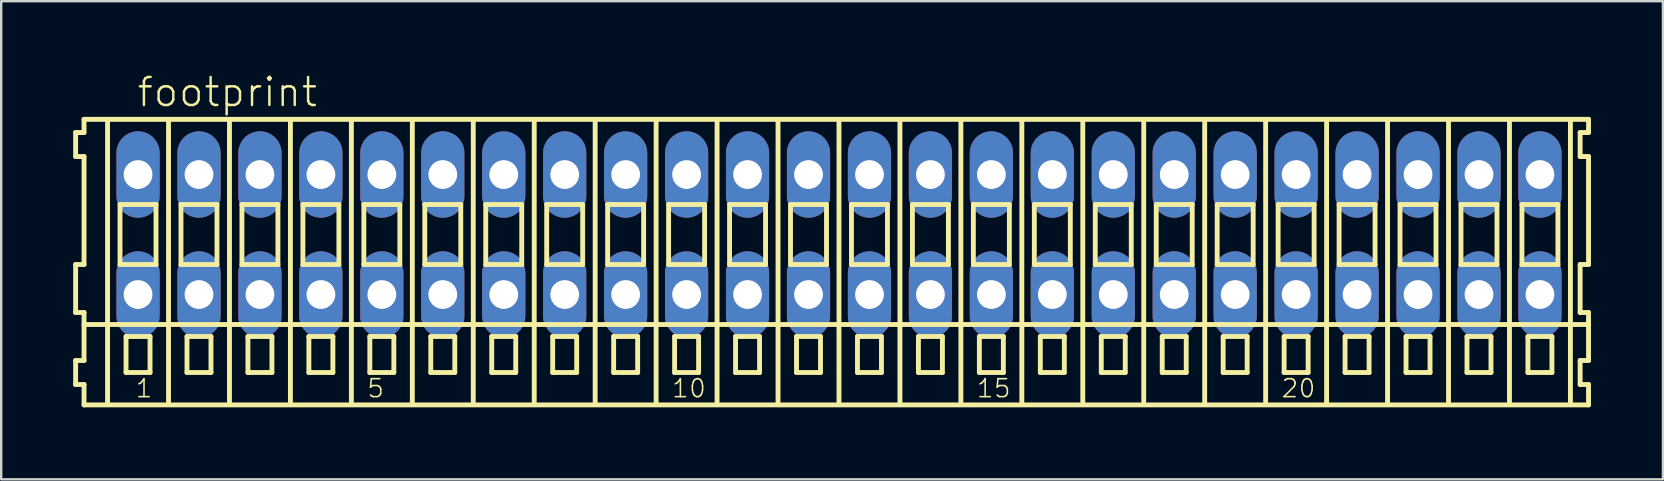
<source format=kicad_pcb>
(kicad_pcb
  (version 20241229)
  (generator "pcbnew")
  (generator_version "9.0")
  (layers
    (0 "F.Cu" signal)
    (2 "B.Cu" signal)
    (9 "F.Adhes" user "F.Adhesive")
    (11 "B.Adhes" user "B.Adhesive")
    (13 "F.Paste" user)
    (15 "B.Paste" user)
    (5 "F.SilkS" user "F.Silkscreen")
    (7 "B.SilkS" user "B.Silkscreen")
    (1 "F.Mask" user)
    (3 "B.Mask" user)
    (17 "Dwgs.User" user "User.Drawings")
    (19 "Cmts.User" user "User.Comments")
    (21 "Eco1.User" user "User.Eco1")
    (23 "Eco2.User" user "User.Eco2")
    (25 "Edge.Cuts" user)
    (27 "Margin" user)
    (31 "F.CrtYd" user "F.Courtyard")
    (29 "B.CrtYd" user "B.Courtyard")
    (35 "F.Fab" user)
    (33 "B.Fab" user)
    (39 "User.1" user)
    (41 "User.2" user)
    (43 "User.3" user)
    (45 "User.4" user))
  (footprint "footprint"
    (layer "F.Cu")
    (at 31.912 6.723)
    (property "Reference" "footprint" (at -29.31 -5.25 0) (layer "F.SilkS") (effects (font (size 1.168 1.168) (thickness 0.102)) (justify left bottom)))
    (fp_line (start -31.81 -4.25) (end -31.81 -3.25) (stroke (width 0.203) (type solid)) (layer "F.SilkS"))
    (fp_line (start -31.81 -3.25) (end -31.46 -3.25) (stroke (width 0.203) (type solid)) (layer "F.SilkS"))
    (fp_line (start -31.81 1.25) (end -31.81 3.25) (stroke (width 0.203) (type solid)) (layer "F.SilkS"))
    (fp_line (start -31.81 3.25) (end -31.46 3.25) (stroke (width 0.203) (type solid)) (layer "F.SilkS"))
    (fp_line (start -31.81 5.25) (end -31.81 6.25) (stroke (width 0.203) (type solid)) (layer "F.SilkS"))
    (fp_line (start -31.81 6.25) (end -31.46 6.25) (stroke (width 0.203) (type solid)) (layer "F.SilkS"))
    (fp_line (start -31.46 -4.8) (end -31.46 -4.25) (stroke (width 0.203) (type solid)) (layer "F.SilkS"))
    (fp_line (start -31.46 -4.25) (end -31.81 -4.25) (stroke (width 0.203) (type solid)) (layer "F.SilkS"))
    (fp_line (start -31.46 -3.25) (end -31.46 1.25) (stroke (width 0.203) (type solid)) (layer "F.SilkS"))
    (fp_line (start -31.46 1.25) (end -31.81 1.25) (stroke (width 0.203) (type solid)) (layer "F.SilkS"))
    (fp_line (start -31.46 3.25) (end -31.46 5.25) (stroke (width 0.203) (type solid)) (layer "F.SilkS"))
    (fp_line (start -31.46 3.75) (end 31.235 3.75) (stroke (width 0.203) (type solid)) (layer "F.SilkS"))
    (fp_line (start -31.46 5.25) (end -31.81 5.25) (stroke (width 0.203) (type solid)) (layer "F.SilkS"))
    (fp_line (start -31.46 6.25) (end -31.46 7.1) (stroke (width 0.203) (type solid)) (layer "F.SilkS"))
    (fp_line (start -31.46 7.1) (end 31.235 7.1) (stroke (width 0.203) (type solid)) (layer "F.SilkS"))
    (fp_line (start -30.48 6.985) (end -30.48 -4.699) (stroke (width 0.203) (type solid)) (layer "F.SilkS"))
    (fp_line (start -29.96 -1.25) (end -29.96 1.25) (stroke (width 0.203) (type solid)) (layer "F.SilkS"))
    (fp_line (start -29.96 1.25) (end -28.46 1.25) (stroke (width 0.203) (type solid)) (layer "F.SilkS"))
    (fp_line (start -29.71 4.25) (end -29.71 5.75) (stroke (width 0.203) (type solid)) (layer "F.SilkS"))
    (fp_line (start -29.71 5.75) (end -28.71 5.75) (stroke (width 0.203) (type solid)) (layer "F.SilkS"))
    (fp_line (start -28.71 4.25) (end -29.71 4.25) (stroke (width 0.203) (type solid)) (layer "F.SilkS"))
    (fp_line (start -28.71 5.75) (end -28.71 4.25) (stroke (width 0.203) (type solid)) (layer "F.SilkS"))
    (fp_line (start -28.46 -1.25) (end -29.96 -1.25) (stroke (width 0.203) (type solid)) (layer "F.SilkS"))
    (fp_line (start -28.46 1.25) (end -28.46 -1.25) (stroke (width 0.203) (type solid)) (layer "F.SilkS"))
    (fp_line (start -27.94 6.985) (end -27.94 -4.699) (stroke (width 0.203) (type solid)) (layer "F.SilkS"))
    (fp_line (start -27.42 -1.25) (end -27.42 1.25) (stroke (width 0.203) (type solid)) (layer "F.SilkS"))
    (fp_line (start -27.42 1.25) (end -25.92 1.25) (stroke (width 0.203) (type solid)) (layer "F.SilkS"))
    (fp_line (start -27.17 4.25) (end -27.17 5.75) (stroke (width 0.203) (type solid)) (layer "F.SilkS"))
    (fp_line (start -27.17 5.75) (end -26.17 5.75) (stroke (width 0.203) (type solid)) (layer "F.SilkS"))
    (fp_line (start -26.17 4.25) (end -27.17 4.25) (stroke (width 0.203) (type solid)) (layer "F.SilkS"))
    (fp_line (start -26.17 5.75) (end -26.17 4.25) (stroke (width 0.203) (type solid)) (layer "F.SilkS"))
    (fp_line (start -25.92 -1.25) (end -27.42 -1.25) (stroke (width 0.203) (type solid)) (layer "F.SilkS"))
    (fp_line (start -25.92 1.25) (end -25.92 -1.25) (stroke (width 0.203) (type solid)) (layer "F.SilkS"))
    (fp_line (start -25.4 6.985) (end -25.4 -4.699) (stroke (width 0.203) (type solid)) (layer "F.SilkS"))
    (fp_line (start -24.88 -1.25) (end -24.88 1.25) (stroke (width 0.203) (type solid)) (layer "F.SilkS"))
    (fp_line (start -24.88 1.25) (end -23.38 1.25) (stroke (width 0.203) (type solid)) (layer "F.SilkS"))
    (fp_line (start -24.63 4.25) (end -24.63 5.75) (stroke (width 0.203) (type solid)) (layer "F.SilkS"))
    (fp_line (start -24.63 5.75) (end -23.63 5.75) (stroke (width 0.203) (type solid)) (layer "F.SilkS"))
    (fp_line (start -23.63 4.25) (end -24.63 4.25) (stroke (width 0.203) (type solid)) (layer "F.SilkS"))
    (fp_line (start -23.63 5.75) (end -23.63 4.25) (stroke (width 0.203) (type solid)) (layer "F.SilkS"))
    (fp_line (start -23.38 -1.25) (end -24.88 -1.25) (stroke (width 0.203) (type solid)) (layer "F.SilkS"))
    (fp_line (start -23.38 1.25) (end -23.38 -1.25) (stroke (width 0.203) (type solid)) (layer "F.SilkS"))
    (fp_line (start -22.86 6.985) (end -22.86 -4.699) (stroke (width 0.203) (type solid)) (layer "F.SilkS"))
    (fp_line (start -22.34 -1.25) (end -22.34 1.25) (stroke (width 0.203) (type solid)) (layer "F.SilkS"))
    (fp_line (start -22.34 1.25) (end -20.84 1.25) (stroke (width 0.203) (type solid)) (layer "F.SilkS"))
    (fp_line (start -22.09 4.25) (end -22.09 5.75) (stroke (width 0.203) (type solid)) (layer "F.SilkS"))
    (fp_line (start -22.09 5.75) (end -21.09 5.75) (stroke (width 0.203) (type solid)) (layer "F.SilkS"))
    (fp_line (start -21.09 4.25) (end -22.09 4.25) (stroke (width 0.203) (type solid)) (layer "F.SilkS"))
    (fp_line (start -21.09 5.75) (end -21.09 4.25) (stroke (width 0.203) (type solid)) (layer "F.SilkS"))
    (fp_line (start -20.84 -1.25) (end -22.34 -1.25) (stroke (width 0.203) (type solid)) (layer "F.SilkS"))
    (fp_line (start -20.84 1.25) (end -20.84 -1.25) (stroke (width 0.203) (type solid)) (layer "F.SilkS"))
    (fp_line (start -20.32 6.985) (end -20.32 -4.699) (stroke (width 0.203) (type solid)) (layer "F.SilkS"))
    (fp_line (start -19.8 -1.25) (end -19.8 1.25) (stroke (width 0.203) (type solid)) (layer "F.SilkS"))
    (fp_line (start -19.8 1.25) (end -18.3 1.25) (stroke (width 0.203) (type solid)) (layer "F.SilkS"))
    (fp_line (start -19.55 4.25) (end -19.55 5.75) (stroke (width 0.203) (type solid)) (layer "F.SilkS"))
    (fp_line (start -19.55 5.75) (end -18.55 5.75) (stroke (width 0.203) (type solid)) (layer "F.SilkS"))
    (fp_line (start -18.55 4.25) (end -19.55 4.25) (stroke (width 0.203) (type solid)) (layer "F.SilkS"))
    (fp_line (start -18.55 5.75) (end -18.55 4.25) (stroke (width 0.203) (type solid)) (layer "F.SilkS"))
    (fp_line (start -18.3 -1.25) (end -19.8 -1.25) (stroke (width 0.203) (type solid)) (layer "F.SilkS"))
    (fp_line (start -18.3 1.25) (end -18.3 -1.25) (stroke (width 0.203) (type solid)) (layer "F.SilkS"))
    (fp_line (start -17.78 6.985) (end -17.78 -4.699) (stroke (width 0.203) (type solid)) (layer "F.SilkS"))
    (fp_line (start -17.26 -1.25) (end -17.26 1.25) (stroke (width 0.203) (type solid)) (layer "F.SilkS"))
    (fp_line (start -17.26 1.25) (end -15.76 1.25) (stroke (width 0.203) (type solid)) (layer "F.SilkS"))
    (fp_line (start -17.01 4.25) (end -17.01 5.75) (stroke (width 0.203) (type solid)) (layer "F.SilkS"))
    (fp_line (start -17.01 5.75) (end -16.01 5.75) (stroke (width 0.203) (type solid)) (layer "F.SilkS"))
    (fp_line (start -16.01 4.25) (end -17.01 4.25) (stroke (width 0.203) (type solid)) (layer "F.SilkS"))
    (fp_line (start -16.01 5.75) (end -16.01 4.25) (stroke (width 0.203) (type solid)) (layer "F.SilkS"))
    (fp_line (start -15.76 -1.25) (end -17.26 -1.25) (stroke (width 0.203) (type solid)) (layer "F.SilkS"))
    (fp_line (start -15.76 1.25) (end -15.76 -1.25) (stroke (width 0.203) (type solid)) (layer "F.SilkS"))
    (fp_line (start -15.24 6.985) (end -15.24 -4.699) (stroke (width 0.203) (type solid)) (layer "F.SilkS"))
    (fp_line (start -14.72 -1.25) (end -14.72 1.25) (stroke (width 0.203) (type solid)) (layer "F.SilkS"))
    (fp_line (start -14.72 1.25) (end -13.22 1.25) (stroke (width 0.203) (type solid)) (layer "F.SilkS"))
    (fp_line (start -14.47 4.25) (end -14.47 5.75) (stroke (width 0.203) (type solid)) (layer "F.SilkS"))
    (fp_line (start -14.47 5.75) (end -13.47 5.75) (stroke (width 0.203) (type solid)) (layer "F.SilkS"))
    (fp_line (start -13.47 4.25) (end -14.47 4.25) (stroke (width 0.203) (type solid)) (layer "F.SilkS"))
    (fp_line (start -13.47 5.75) (end -13.47 4.25) (stroke (width 0.203) (type solid)) (layer "F.SilkS"))
    (fp_line (start -13.22 -1.25) (end -14.72 -1.25) (stroke (width 0.203) (type solid)) (layer "F.SilkS"))
    (fp_line (start -13.22 1.25) (end -13.22 -1.25) (stroke (width 0.203) (type solid)) (layer "F.SilkS"))
    (fp_line (start -12.7 6.985) (end -12.7 -4.699) (stroke (width 0.203) (type solid)) (layer "F.SilkS"))
    (fp_line (start -12.18 -1.25) (end -12.18 1.25) (stroke (width 0.203) (type solid)) (layer "F.SilkS"))
    (fp_line (start -12.18 1.25) (end -10.68 1.25) (stroke (width 0.203) (type solid)) (layer "F.SilkS"))
    (fp_line (start -11.93 4.25) (end -11.93 5.75) (stroke (width 0.203) (type solid)) (layer "F.SilkS"))
    (fp_line (start -11.93 5.75) (end -10.93 5.75) (stroke (width 0.203) (type solid)) (layer "F.SilkS"))
    (fp_line (start -10.93 4.25) (end -11.93 4.25) (stroke (width 0.203) (type solid)) (layer "F.SilkS"))
    (fp_line (start -10.93 5.75) (end -10.93 4.25) (stroke (width 0.203) (type solid)) (layer "F.SilkS"))
    (fp_line (start -10.68 -1.25) (end -12.18 -1.25) (stroke (width 0.203) (type solid)) (layer "F.SilkS"))
    (fp_line (start -10.68 1.25) (end -10.68 -1.25) (stroke (width 0.203) (type solid)) (layer "F.SilkS"))
    (fp_line (start -10.16 6.985) (end -10.16 -4.699) (stroke (width 0.203) (type solid)) (layer "F.SilkS"))
    (fp_line (start -9.64 -1.25) (end -9.64 1.25) (stroke (width 0.203) (type solid)) (layer "F.SilkS"))
    (fp_line (start -9.64 1.25) (end -8.14 1.25) (stroke (width 0.203) (type solid)) (layer "F.SilkS"))
    (fp_line (start -9.39 4.25) (end -9.39 5.75) (stroke (width 0.203) (type solid)) (layer "F.SilkS"))
    (fp_line (start -9.39 5.75) (end -8.39 5.75) (stroke (width 0.203) (type solid)) (layer "F.SilkS"))
    (fp_line (start -8.39 4.25) (end -9.39 4.25) (stroke (width 0.203) (type solid)) (layer "F.SilkS"))
    (fp_line (start -8.39 5.75) (end -8.39 4.25) (stroke (width 0.203) (type solid)) (layer "F.SilkS"))
    (fp_line (start -8.14 -1.25) (end -9.64 -1.25) (stroke (width 0.203) (type solid)) (layer "F.SilkS"))
    (fp_line (start -8.14 1.25) (end -8.14 -1.25) (stroke (width 0.203) (type solid)) (layer "F.SilkS"))
    (fp_line (start -7.62 6.985) (end -7.62 -4.699) (stroke (width 0.203) (type solid)) (layer "F.SilkS"))
    (fp_line (start -7.1 -1.25) (end -7.1 1.25) (stroke (width 0.203) (type solid)) (layer "F.SilkS"))
    (fp_line (start -7.1 1.25) (end -5.6 1.25) (stroke (width 0.203) (type solid)) (layer "F.SilkS"))
    (fp_line (start -6.85 4.25) (end -6.85 5.75) (stroke (width 0.203) (type solid)) (layer "F.SilkS"))
    (fp_line (start -6.85 5.75) (end -5.85 5.75) (stroke (width 0.203) (type solid)) (layer "F.SilkS"))
    (fp_line (start -5.85 4.25) (end -6.85 4.25) (stroke (width 0.203) (type solid)) (layer "F.SilkS"))
    (fp_line (start -5.85 5.75) (end -5.85 4.25) (stroke (width 0.203) (type solid)) (layer "F.SilkS"))
    (fp_line (start -5.6 -1.25) (end -7.1 -1.25) (stroke (width 0.203) (type solid)) (layer "F.SilkS"))
    (fp_line (start -5.6 1.25) (end -5.6 -1.25) (stroke (width 0.203) (type solid)) (layer "F.SilkS"))
    (fp_line (start -5.08 6.985) (end -5.08 -4.699) (stroke (width 0.203) (type solid)) (layer "F.SilkS"))
    (fp_line (start -4.56 -1.25) (end -4.56 1.25) (stroke (width 0.203) (type solid)) (layer "F.SilkS"))
    (fp_line (start -4.56 1.25) (end -3.06 1.25) (stroke (width 0.203) (type solid)) (layer "F.SilkS"))
    (fp_line (start -4.31 4.25) (end -4.31 5.75) (stroke (width 0.203) (type solid)) (layer "F.SilkS"))
    (fp_line (start -4.31 5.75) (end -3.31 5.75) (stroke (width 0.203) (type solid)) (layer "F.SilkS"))
    (fp_line (start -3.31 4.25) (end -4.31 4.25) (stroke (width 0.203) (type solid)) (layer "F.SilkS"))
    (fp_line (start -3.31 5.75) (end -3.31 4.25) (stroke (width 0.203) (type solid)) (layer "F.SilkS"))
    (fp_line (start -3.06 -1.25) (end -4.56 -1.25) (stroke (width 0.203) (type solid)) (layer "F.SilkS"))
    (fp_line (start -3.06 1.25) (end -3.06 -1.25) (stroke (width 0.203) (type solid)) (layer "F.SilkS"))
    (fp_line (start -2.54 6.985) (end -2.54 -4.699) (stroke (width 0.203) (type solid)) (layer "F.SilkS"))
    (fp_line (start -2.02 -1.25) (end -2.02 1.25) (stroke (width 0.203) (type solid)) (layer "F.SilkS"))
    (fp_line (start -2.02 1.25) (end -0.52 1.25) (stroke (width 0.203) (type solid)) (layer "F.SilkS"))
    (fp_line (start -1.77 4.25) (end -1.77 5.75) (stroke (width 0.203) (type solid)) (layer "F.SilkS"))
    (fp_line (start -1.77 5.75) (end -0.77 5.75) (stroke (width 0.203) (type solid)) (layer "F.SilkS"))
    (fp_line (start -0.77 4.25) (end -1.77 4.25) (stroke (width 0.203) (type solid)) (layer "F.SilkS"))
    (fp_line (start -0.77 5.75) (end -0.77 4.25) (stroke (width 0.203) (type solid)) (layer "F.SilkS"))
    (fp_line (start -0.52 -1.25) (end -2.02 -1.25) (stroke (width 0.203) (type solid)) (layer "F.SilkS"))
    (fp_line (start -0.52 1.25) (end -0.52 -1.25) (stroke (width 0.203) (type solid)) (layer "F.SilkS"))
    (fp_line (start 0 6.985) (end 0 -4.699) (stroke (width 0.203) (type solid)) (layer "F.SilkS"))
    (fp_line (start 0.52 -1.25) (end 0.52 1.25) (stroke (width 0.203) (type solid)) (layer "F.SilkS"))
    (fp_line (start 0.52 1.25) (end 2.02 1.25) (stroke (width 0.203) (type solid)) (layer "F.SilkS"))
    (fp_line (start 0.77 4.25) (end 0.77 5.75) (stroke (width 0.203) (type solid)) (layer "F.SilkS"))
    (fp_line (start 0.77 5.75) (end 1.77 5.75) (stroke (width 0.203) (type solid)) (layer "F.SilkS"))
    (fp_line (start 1.77 4.25) (end 0.77 4.25) (stroke (width 0.203) (type solid)) (layer "F.SilkS"))
    (fp_line (start 1.77 5.75) (end 1.77 4.25) (stroke (width 0.203) (type solid)) (layer "F.SilkS"))
    (fp_line (start 2.02 -1.25) (end 0.52 -1.25) (stroke (width 0.203) (type solid)) (layer "F.SilkS"))
    (fp_line (start 2.02 1.25) (end 2.02 -1.25) (stroke (width 0.203) (type solid)) (layer "F.SilkS"))
    (fp_line (start 2.54 6.985) (end 2.54 -4.699) (stroke (width 0.203) (type solid)) (layer "F.SilkS"))
    (fp_line (start 3.06 -1.25) (end 3.06 1.25) (stroke (width 0.203) (type solid)) (layer "F.SilkS"))
    (fp_line (start 3.06 1.25) (end 4.56 1.25) (stroke (width 0.203) (type solid)) (layer "F.SilkS"))
    (fp_line (start 3.31 4.25) (end 3.31 5.75) (stroke (width 0.203) (type solid)) (layer "F.SilkS"))
    (fp_line (start 3.31 5.75) (end 4.31 5.75) (stroke (width 0.203) (type solid)) (layer "F.SilkS"))
    (fp_line (start 4.31 4.25) (end 3.31 4.25) (stroke (width 0.203) (type solid)) (layer "F.SilkS"))
    (fp_line (start 4.31 5.75) (end 4.31 4.25) (stroke (width 0.203) (type solid)) (layer "F.SilkS"))
    (fp_line (start 4.56 -1.25) (end 3.06 -1.25) (stroke (width 0.203) (type solid)) (layer "F.SilkS"))
    (fp_line (start 4.56 1.25) (end 4.56 -1.25) (stroke (width 0.203) (type solid)) (layer "F.SilkS"))
    (fp_line (start 5.08 6.985) (end 5.08 -4.699) (stroke (width 0.203) (type solid)) (layer "F.SilkS"))
    (fp_line (start 5.6 -1.25) (end 5.6 1.25) (stroke (width 0.203) (type solid)) (layer "F.SilkS"))
    (fp_line (start 5.6 1.25) (end 7.1 1.25) (stroke (width 0.203) (type solid)) (layer "F.SilkS"))
    (fp_line (start 5.85 4.25) (end 5.85 5.75) (stroke (width 0.203) (type solid)) (layer "F.SilkS"))
    (fp_line (start 5.85 5.75) (end 6.85 5.75) (stroke (width 0.203) (type solid)) (layer "F.SilkS"))
    (fp_line (start 6.85 4.25) (end 5.85 4.25) (stroke (width 0.203) (type solid)) (layer "F.SilkS"))
    (fp_line (start 6.85 5.75) (end 6.85 4.25) (stroke (width 0.203) (type solid)) (layer "F.SilkS"))
    (fp_line (start 7.1 -1.25) (end 5.6 -1.25) (stroke (width 0.203) (type solid)) (layer "F.SilkS"))
    (fp_line (start 7.1 1.25) (end 7.1 -1.25) (stroke (width 0.203) (type solid)) (layer "F.SilkS"))
    (fp_line (start 7.62 6.985) (end 7.62 -4.699) (stroke (width 0.203) (type solid)) (layer "F.SilkS"))
    (fp_line (start 8.14 -1.25) (end 8.14 1.25) (stroke (width 0.203) (type solid)) (layer "F.SilkS"))
    (fp_line (start 8.14 1.25) (end 9.64 1.25) (stroke (width 0.203) (type solid)) (layer "F.SilkS"))
    (fp_line (start 8.39 4.25) (end 8.39 5.75) (stroke (width 0.203) (type solid)) (layer "F.SilkS"))
    (fp_line (start 8.39 5.75) (end 9.39 5.75) (stroke (width 0.203) (type solid)) (layer "F.SilkS"))
    (fp_line (start 9.39 4.25) (end 8.39 4.25) (stroke (width 0.203) (type solid)) (layer "F.SilkS"))
    (fp_line (start 9.39 5.75) (end 9.39 4.25) (stroke (width 0.203) (type solid)) (layer "F.SilkS"))
    (fp_line (start 9.64 -1.25) (end 8.14 -1.25) (stroke (width 0.203) (type solid)) (layer "F.SilkS"))
    (fp_line (start 9.64 1.25) (end 9.64 -1.25) (stroke (width 0.203) (type solid)) (layer "F.SilkS"))
    (fp_line (start 10.16 6.985) (end 10.16 -4.699) (stroke (width 0.203) (type solid)) (layer "F.SilkS"))
    (fp_line (start 10.68 -1.25) (end 10.68 1.25) (stroke (width 0.203) (type solid)) (layer "F.SilkS"))
    (fp_line (start 10.68 1.25) (end 12.18 1.25) (stroke (width 0.203) (type solid)) (layer "F.SilkS"))
    (fp_line (start 10.93 4.25) (end 10.93 5.75) (stroke (width 0.203) (type solid)) (layer "F.SilkS"))
    (fp_line (start 10.93 5.75) (end 11.93 5.75) (stroke (width 0.203) (type solid)) (layer "F.SilkS"))
    (fp_line (start 11.93 4.25) (end 10.93 4.25) (stroke (width 0.203) (type solid)) (layer "F.SilkS"))
    (fp_line (start 11.93 5.75) (end 11.93 4.25) (stroke (width 0.203) (type solid)) (layer "F.SilkS"))
    (fp_line (start 12.18 -1.25) (end 10.68 -1.25) (stroke (width 0.203) (type solid)) (layer "F.SilkS"))
    (fp_line (start 12.18 1.25) (end 12.18 -1.25) (stroke (width 0.203) (type solid)) (layer "F.SilkS"))
    (fp_line (start 12.7 6.985) (end 12.7 -4.699) (stroke (width 0.203) (type solid)) (layer "F.SilkS"))
    (fp_line (start 13.22 -1.25) (end 13.22 1.25) (stroke (width 0.203) (type solid)) (layer "F.SilkS"))
    (fp_line (start 13.22 1.25) (end 14.72 1.25) (stroke (width 0.203) (type solid)) (layer "F.SilkS"))
    (fp_line (start 13.47 4.25) (end 13.47 5.75) (stroke (width 0.203) (type solid)) (layer "F.SilkS"))
    (fp_line (start 13.47 5.75) (end 14.47 5.75) (stroke (width 0.203) (type solid)) (layer "F.SilkS"))
    (fp_line (start 14.47 4.25) (end 13.47 4.25) (stroke (width 0.203) (type solid)) (layer "F.SilkS"))
    (fp_line (start 14.47 5.75) (end 14.47 4.25) (stroke (width 0.203) (type solid)) (layer "F.SilkS"))
    (fp_line (start 14.72 -1.25) (end 13.22 -1.25) (stroke (width 0.203) (type solid)) (layer "F.SilkS"))
    (fp_line (start 14.72 1.25) (end 14.72 -1.25) (stroke (width 0.203) (type solid)) (layer "F.SilkS"))
    (fp_line (start 15.24 6.985) (end 15.24 -4.699) (stroke (width 0.203) (type solid)) (layer "F.SilkS"))
    (fp_line (start 15.76 -1.25) (end 15.76 1.25) (stroke (width 0.203) (type solid)) (layer "F.SilkS"))
    (fp_line (start 15.76 1.25) (end 17.26 1.25) (stroke (width 0.203) (type solid)) (layer "F.SilkS"))
    (fp_line (start 16.01 4.25) (end 16.01 5.75) (stroke (width 0.203) (type solid)) (layer "F.SilkS"))
    (fp_line (start 16.01 5.75) (end 17.01 5.75) (stroke (width 0.203) (type solid)) (layer "F.SilkS"))
    (fp_line (start 17.01 4.25) (end 16.01 4.25) (stroke (width 0.203) (type solid)) (layer "F.SilkS"))
    (fp_line (start 17.01 5.75) (end 17.01 4.25) (stroke (width 0.203) (type solid)) (layer "F.SilkS"))
    (fp_line (start 17.26 -1.25) (end 15.76 -1.25) (stroke (width 0.203) (type solid)) (layer "F.SilkS"))
    (fp_line (start 17.26 1.25) (end 17.26 -1.25) (stroke (width 0.203) (type solid)) (layer "F.SilkS"))
    (fp_line (start 17.78 6.985) (end 17.78 -4.699) (stroke (width 0.203) (type solid)) (layer "F.SilkS"))
    (fp_line (start 18.3 -1.25) (end 18.3 1.25) (stroke (width 0.203) (type solid)) (layer "F.SilkS"))
    (fp_line (start 18.3 1.25) (end 19.8 1.25) (stroke (width 0.203) (type solid)) (layer "F.SilkS"))
    (fp_line (start 18.55 4.25) (end 18.55 5.75) (stroke (width 0.203) (type solid)) (layer "F.SilkS"))
    (fp_line (start 18.55 5.75) (end 19.55 5.75) (stroke (width 0.203) (type solid)) (layer "F.SilkS"))
    (fp_line (start 19.55 4.25) (end 18.55 4.25) (stroke (width 0.203) (type solid)) (layer "F.SilkS"))
    (fp_line (start 19.55 5.75) (end 19.55 4.25) (stroke (width 0.203) (type solid)) (layer "F.SilkS"))
    (fp_line (start 19.8 -1.25) (end 18.3 -1.25) (stroke (width 0.203) (type solid)) (layer "F.SilkS"))
    (fp_line (start 19.8 1.25) (end 19.8 -1.25) (stroke (width 0.203) (type solid)) (layer "F.SilkS"))
    (fp_line (start 20.32 6.985) (end 20.32 -4.699) (stroke (width 0.203) (type solid)) (layer "F.SilkS"))
    (fp_line (start 20.84 -1.25) (end 20.84 1.25) (stroke (width 0.203) (type solid)) (layer "F.SilkS"))
    (fp_line (start 20.84 1.25) (end 22.34 1.25) (stroke (width 0.203) (type solid)) (layer "F.SilkS"))
    (fp_line (start 21.09 4.25) (end 21.09 5.75) (stroke (width 0.203) (type solid)) (layer "F.SilkS"))
    (fp_line (start 21.09 5.75) (end 22.09 5.75) (stroke (width 0.203) (type solid)) (layer "F.SilkS"))
    (fp_line (start 22.09 4.25) (end 21.09 4.25) (stroke (width 0.203) (type solid)) (layer "F.SilkS"))
    (fp_line (start 22.09 5.75) (end 22.09 4.25) (stroke (width 0.203) (type solid)) (layer "F.SilkS"))
    (fp_line (start 22.34 -1.25) (end 20.84 -1.25) (stroke (width 0.203) (type solid)) (layer "F.SilkS"))
    (fp_line (start 22.34 1.25) (end 22.34 -1.25) (stroke (width 0.203) (type solid)) (layer "F.SilkS"))
    (fp_line (start 22.86 6.985) (end 22.86 -4.699) (stroke (width 0.203) (type solid)) (layer "F.SilkS"))
    (fp_line (start 23.38 -1.25) (end 23.38 1.25) (stroke (width 0.203) (type solid)) (layer "F.SilkS"))
    (fp_line (start 23.38 1.25) (end 24.88 1.25) (stroke (width 0.203) (type solid)) (layer "F.SilkS"))
    (fp_line (start 23.63 4.25) (end 23.63 5.75) (stroke (width 0.203) (type solid)) (layer "F.SilkS"))
    (fp_line (start 23.63 5.75) (end 24.63 5.75) (stroke (width 0.203) (type solid)) (layer "F.SilkS"))
    (fp_line (start 24.63 4.25) (end 23.63 4.25) (stroke (width 0.203) (type solid)) (layer "F.SilkS"))
    (fp_line (start 24.63 5.75) (end 24.63 4.25) (stroke (width 0.203) (type solid)) (layer "F.SilkS"))
    (fp_line (start 24.88 -1.25) (end 23.38 -1.25) (stroke (width 0.203) (type solid)) (layer "F.SilkS"))
    (fp_line (start 24.88 1.25) (end 24.88 -1.25) (stroke (width 0.203) (type solid)) (layer "F.SilkS"))
    (fp_line (start 25.4 6.985) (end 25.4 -4.699) (stroke (width 0.203) (type solid)) (layer "F.SilkS"))
    (fp_line (start 25.92 -1.25) (end 25.92 1.25) (stroke (width 0.203) (type solid)) (layer "F.SilkS"))
    (fp_line (start 25.92 1.25) (end 27.42 1.25) (stroke (width 0.203) (type solid)) (layer "F.SilkS"))
    (fp_line (start 26.17 4.25) (end 26.17 5.75) (stroke (width 0.203) (type solid)) (layer "F.SilkS"))
    (fp_line (start 26.17 5.75) (end 27.17 5.75) (stroke (width 0.203) (type solid)) (layer "F.SilkS"))
    (fp_line (start 27.17 4.25) (end 26.17 4.25) (stroke (width 0.203) (type solid)) (layer "F.SilkS"))
    (fp_line (start 27.17 5.75) (end 27.17 4.25) (stroke (width 0.203) (type solid)) (layer "F.SilkS"))
    (fp_line (start 27.42 -1.25) (end 25.92 -1.25) (stroke (width 0.203) (type solid)) (layer "F.SilkS"))
    (fp_line (start 27.42 1.25) (end 27.42 -1.25) (stroke (width 0.203) (type solid)) (layer "F.SilkS"))
    (fp_line (start 27.94 6.985) (end 27.94 -4.699) (stroke (width 0.203) (type solid)) (layer "F.SilkS"))
    (fp_line (start 28.46 -1.25) (end 28.46 1.25) (stroke (width 0.203) (type solid)) (layer "F.SilkS"))
    (fp_line (start 28.46 1.25) (end 29.96 1.25) (stroke (width 0.203) (type solid)) (layer "F.SilkS"))
    (fp_line (start 28.71 4.25) (end 28.71 5.75) (stroke (width 0.203) (type solid)) (layer "F.SilkS"))
    (fp_line (start 28.71 5.75) (end 29.71 5.75) (stroke (width 0.203) (type solid)) (layer "F.SilkS"))
    (fp_line (start 29.71 4.25) (end 28.71 4.25) (stroke (width 0.203) (type solid)) (layer "F.SilkS"))
    (fp_line (start 29.71 5.75) (end 29.71 4.25) (stroke (width 0.203) (type solid)) (layer "F.SilkS"))
    (fp_line (start 29.96 -1.25) (end 28.46 -1.25) (stroke (width 0.203) (type solid)) (layer "F.SilkS"))
    (fp_line (start 29.96 1.25) (end 29.96 -1.25) (stroke (width 0.203) (type solid)) (layer "F.SilkS"))
    (fp_line (start 30.48 6.985) (end 30.48 -4.699) (stroke (width 0.203) (type solid)) (layer "F.SilkS"))
    (fp_line (start 30.885 -4.25) (end 30.885 -3.25) (stroke (width 0.203) (type solid)) (layer "F.SilkS"))
    (fp_line (start 30.885 -3.25) (end 31.235 -3.25) (stroke (width 0.203) (type solid)) (layer "F.SilkS"))
    (fp_line (start 30.885 1.25) (end 30.885 3.25) (stroke (width 0.203) (type solid)) (layer "F.SilkS"))
    (fp_line (start 30.885 3.25) (end 31.235 3.25) (stroke (width 0.203) (type solid)) (layer "F.SilkS"))
    (fp_line (start 30.885 5.25) (end 30.885 6.25) (stroke (width 0.203) (type solid)) (layer "F.SilkS"))
    (fp_line (start 30.885 6.25) (end 31.235 6.25) (stroke (width 0.203) (type solid)) (layer "F.SilkS"))
    (fp_line (start 31.235 -4.8) (end -31.46 -4.8) (stroke (width 0.203) (type solid)) (layer "F.SilkS"))
    (fp_line (start 31.235 -4.25) (end 30.885 -4.25) (stroke (width 0.203) (type solid)) (layer "F.SilkS"))
    (fp_line (start 31.235 -4.25) (end 31.235 -4.8) (stroke (width 0.203) (type solid)) (layer "F.SilkS"))
    (fp_line (start 31.235 1.25) (end 30.885 1.25) (stroke (width 0.203) (type solid)) (layer "F.SilkS"))
    (fp_line (start 31.235 1.25) (end 31.235 -3.25) (stroke (width 0.203) (type solid)) (layer "F.SilkS"))
    (fp_line (start 31.235 3.75) (end 31.235 3.25) (stroke (width 0.203) (type solid)) (layer "F.SilkS"))
    (fp_line (start 31.235 5.25) (end 30.885 5.25) (stroke (width 0.203) (type solid)) (layer "F.SilkS"))
    (fp_line (start 31.235 5.25) (end 31.235 3.75) (stroke (width 0.203) (type solid)) (layer "F.SilkS"))
    (fp_line (start 31.235 7.1) (end 31.235 6.25) (stroke (width 0.203) (type solid)) (layer "F.SilkS"))
    (fp_text user "20" (at 18.392 6.85 0) (layer "F.SilkS") (effects (font (size 0.748 0.748) (thickness 0.065)) (justify left bottom)))
    (fp_text user "5" (at -19.708 6.85 0) (layer "F.SilkS") (effects (font (size 0.748 0.748) (thickness 0.065)) (justify left bottom)))
    (fp_text user "15" (at 5.692 6.85 0) (layer "F.SilkS") (effects (font (size 0.748 0.748) (thickness 0.065)) (justify left bottom)))
    (fp_text user "1" (at -29.36 6.85 0) (layer "F.SilkS") (effects (font (size 0.748 0.748) (thickness 0.065)) (justify left bottom)))
    (fp_text user "10" (at -7.008 6.85 0) (layer "F.SilkS") (effects (font (size 0.748 0.748) (thickness 0.065)) (justify left bottom)))
    (pad "A1" thru_hole oval (at -29.21 -2.5 90) (size 3.6 1.8) (drill 1.2) (layers "*.Cu" "*.Mask"))
    (pad "A2" thru_hole oval (at -26.67 -2.5 90) (size 3.6 1.8) (drill 1.2) (layers "*.Cu" "*.Mask"))
    (pad "A3" thru_hole oval (at -24.13 -2.5 90) (size 3.6 1.8) (drill 1.2) (layers "*.Cu" "*.Mask"))
    (pad "A4" thru_hole oval (at -21.59 -2.5 90) (size 3.6 1.8) (drill 1.2) (layers "*.Cu" "*.Mask"))
    (pad "A5" thru_hole oval (at -19.05 -2.5 90) (size 3.6 1.8) (drill 1.2) (layers "*.Cu" "*.Mask"))
    (pad "A6" thru_hole oval (at -16.51 -2.5 90) (size 3.6 1.8) (drill 1.2) (layers "*.Cu" "*.Mask"))
    (pad "A7" thru_hole oval (at -13.97 -2.5 90) (size 3.6 1.8) (drill 1.2) (layers "*.Cu" "*.Mask"))
    (pad "A8" thru_hole oval (at -11.43 -2.5 90) (size 3.6 1.8) (drill 1.2) (layers "*.Cu" "*.Mask"))
    (pad "A9" thru_hole oval (at -8.89 -2.5 90) (size 3.6 1.8) (drill 1.2) (layers "*.Cu" "*.Mask"))
    (pad "A10" thru_hole oval (at -6.35 -2.5 90) (size 3.6 1.8) (drill 1.2) (layers "*.Cu" "*.Mask"))
    (pad "A11" thru_hole oval (at -3.81 -2.5 90) (size 3.6 1.8) (drill 1.2) (layers "*.Cu" "*.Mask"))
    (pad "A12" thru_hole oval (at -1.27 -2.5 90) (size 3.6 1.8) (drill 1.2) (layers "*.Cu" "*.Mask"))
    (pad "A13" thru_hole oval (at 1.27 -2.5 90) (size 3.6 1.8) (drill 1.2) (layers "*.Cu" "*.Mask"))
    (pad "A14" thru_hole oval (at 3.81 -2.5 90) (size 3.6 1.8) (drill 1.2) (layers "*.Cu" "*.Mask"))
    (pad "A15" thru_hole oval (at 6.35 -2.5 90) (size 3.6 1.8) (drill 1.2) (layers "*.Cu" "*.Mask"))
    (pad "A16" thru_hole oval (at 8.89 -2.5 90) (size 3.6 1.8) (drill 1.2) (layers "*.Cu" "*.Mask"))
    (pad "A17" thru_hole oval (at 11.43 -2.5 90) (size 3.6 1.8) (drill 1.2) (layers "*.Cu" "*.Mask"))
    (pad "A18" thru_hole oval (at 13.97 -2.5 90) (size 3.6 1.8) (drill 1.2) (layers "*.Cu" "*.Mask"))
    (pad "A19" thru_hole oval (at 16.51 -2.5 90) (size 3.6 1.8) (drill 1.2) (layers "*.Cu" "*.Mask"))
    (pad "A20" thru_hole oval (at 19.05 -2.5 90) (size 3.6 1.8) (drill 1.2) (layers "*.Cu" "*.Mask"))
    (pad "A21" thru_hole oval (at 21.59 -2.5 90) (size 3.6 1.8) (drill 1.2) (layers "*.Cu" "*.Mask"))
    (pad "A22" thru_hole oval (at 24.13 -2.5 90) (size 3.6 1.8) (drill 1.2) (layers "*.Cu" "*.Mask"))
    (pad "A23" thru_hole oval (at 26.67 -2.5 90) (size 3.6 1.8) (drill 1.2) (layers "*.Cu" "*.Mask"))
    (pad "A24" thru_hole oval (at 29.21 -2.5 90) (size 3.6 1.8) (drill 1.2) (layers "*.Cu" "*.Mask"))
    (pad "B1" thru_hole oval (at -29.21 2.5 90) (size 3.6 1.8) (drill 1.2) (layers "*.Cu" "*.Mask"))
    (pad "B2" thru_hole oval (at -26.67 2.5 90) (size 3.6 1.8) (drill 1.2) (layers "*.Cu" "*.Mask"))
    (pad "B3" thru_hole oval (at -24.13 2.5 90) (size 3.6 1.8) (drill 1.2) (layers "*.Cu" "*.Mask"))
    (pad "B4" thru_hole oval (at -21.59 2.5 90) (size 3.6 1.8) (drill 1.2) (layers "*.Cu" "*.Mask"))
    (pad "B5" thru_hole oval (at -19.05 2.5 90) (size 3.6 1.8) (drill 1.2) (layers "*.Cu" "*.Mask"))
    (pad "B6" thru_hole oval (at -16.51 2.5 90) (size 3.6 1.8) (drill 1.2) (layers "*.Cu" "*.Mask"))
    (pad "B7" thru_hole oval (at -13.97 2.5 90) (size 3.6 1.8) (drill 1.2) (layers "*.Cu" "*.Mask"))
    (pad "B8" thru_hole oval (at -11.43 2.5 90) (size 3.6 1.8) (drill 1.2) (layers "*.Cu" "*.Mask"))
    (pad "B9" thru_hole oval (at -8.89 2.5 90) (size 3.6 1.8) (drill 1.2) (layers "*.Cu" "*.Mask"))
    (pad "B10" thru_hole oval (at -6.35 2.5 90) (size 3.6 1.8) (drill 1.2) (layers "*.Cu" "*.Mask"))
    (pad "B11" thru_hole oval (at -3.81 2.5 90) (size 3.6 1.8) (drill 1.2) (layers "*.Cu" "*.Mask"))
    (pad "B12" thru_hole oval (at -1.27 2.5 90) (size 3.6 1.8) (drill 1.2) (layers "*.Cu" "*.Mask"))
    (pad "B13" thru_hole oval (at 1.27 2.5 90) (size 3.6 1.8) (drill 1.2) (layers "*.Cu" "*.Mask"))
    (pad "B14" thru_hole oval (at 3.81 2.5 90) (size 3.6 1.8) (drill 1.2) (layers "*.Cu" "*.Mask"))
    (pad "B15" thru_hole oval (at 6.35 2.5 90) (size 3.6 1.8) (drill 1.2) (layers "*.Cu" "*.Mask"))
    (pad "B16" thru_hole oval (at 8.89 2.5 90) (size 3.6 1.8) (drill 1.2) (layers "*.Cu" "*.Mask"))
    (pad "B17" thru_hole oval (at 11.43 2.5 90) (size 3.6 1.8) (drill 1.2) (layers "*.Cu" "*.Mask"))
    (pad "B18" thru_hole oval (at 13.97 2.5 90) (size 3.6 1.8) (drill 1.2) (layers "*.Cu" "*.Mask"))
    (pad "B19" thru_hole oval (at 16.51 2.5 90) (size 3.6 1.8) (drill 1.2) (layers "*.Cu" "*.Mask"))
    (pad "B20" thru_hole oval (at 19.05 2.5 90) (size 3.6 1.8) (drill 1.2) (layers "*.Cu" "*.Mask"))
    (pad "B21" thru_hole oval (at 21.59 2.5 90) (size 3.6 1.8) (drill 1.2) (layers "*.Cu" "*.Mask"))
    (pad "B22" thru_hole oval (at 24.13 2.5 90) (size 3.6 1.8) (drill 1.2) (layers "*.Cu" "*.Mask"))
    (pad "B23" thru_hole oval (at 26.67 2.5 90) (size 3.6 1.8) (drill 1.2) (layers "*.Cu" "*.Mask"))
    (pad "B24" thru_hole oval (at 29.21 2.5 90) (size 3.6 1.8) (drill 1.2) (layers "*.Cu" "*.Mask")))
  (gr_rect
    (start -3 -3)
    (end 66.248 16.925)
    (stroke (width 0.1) (type default))
    (fill no)
    (layer "Edge.Cuts")))
</source>
